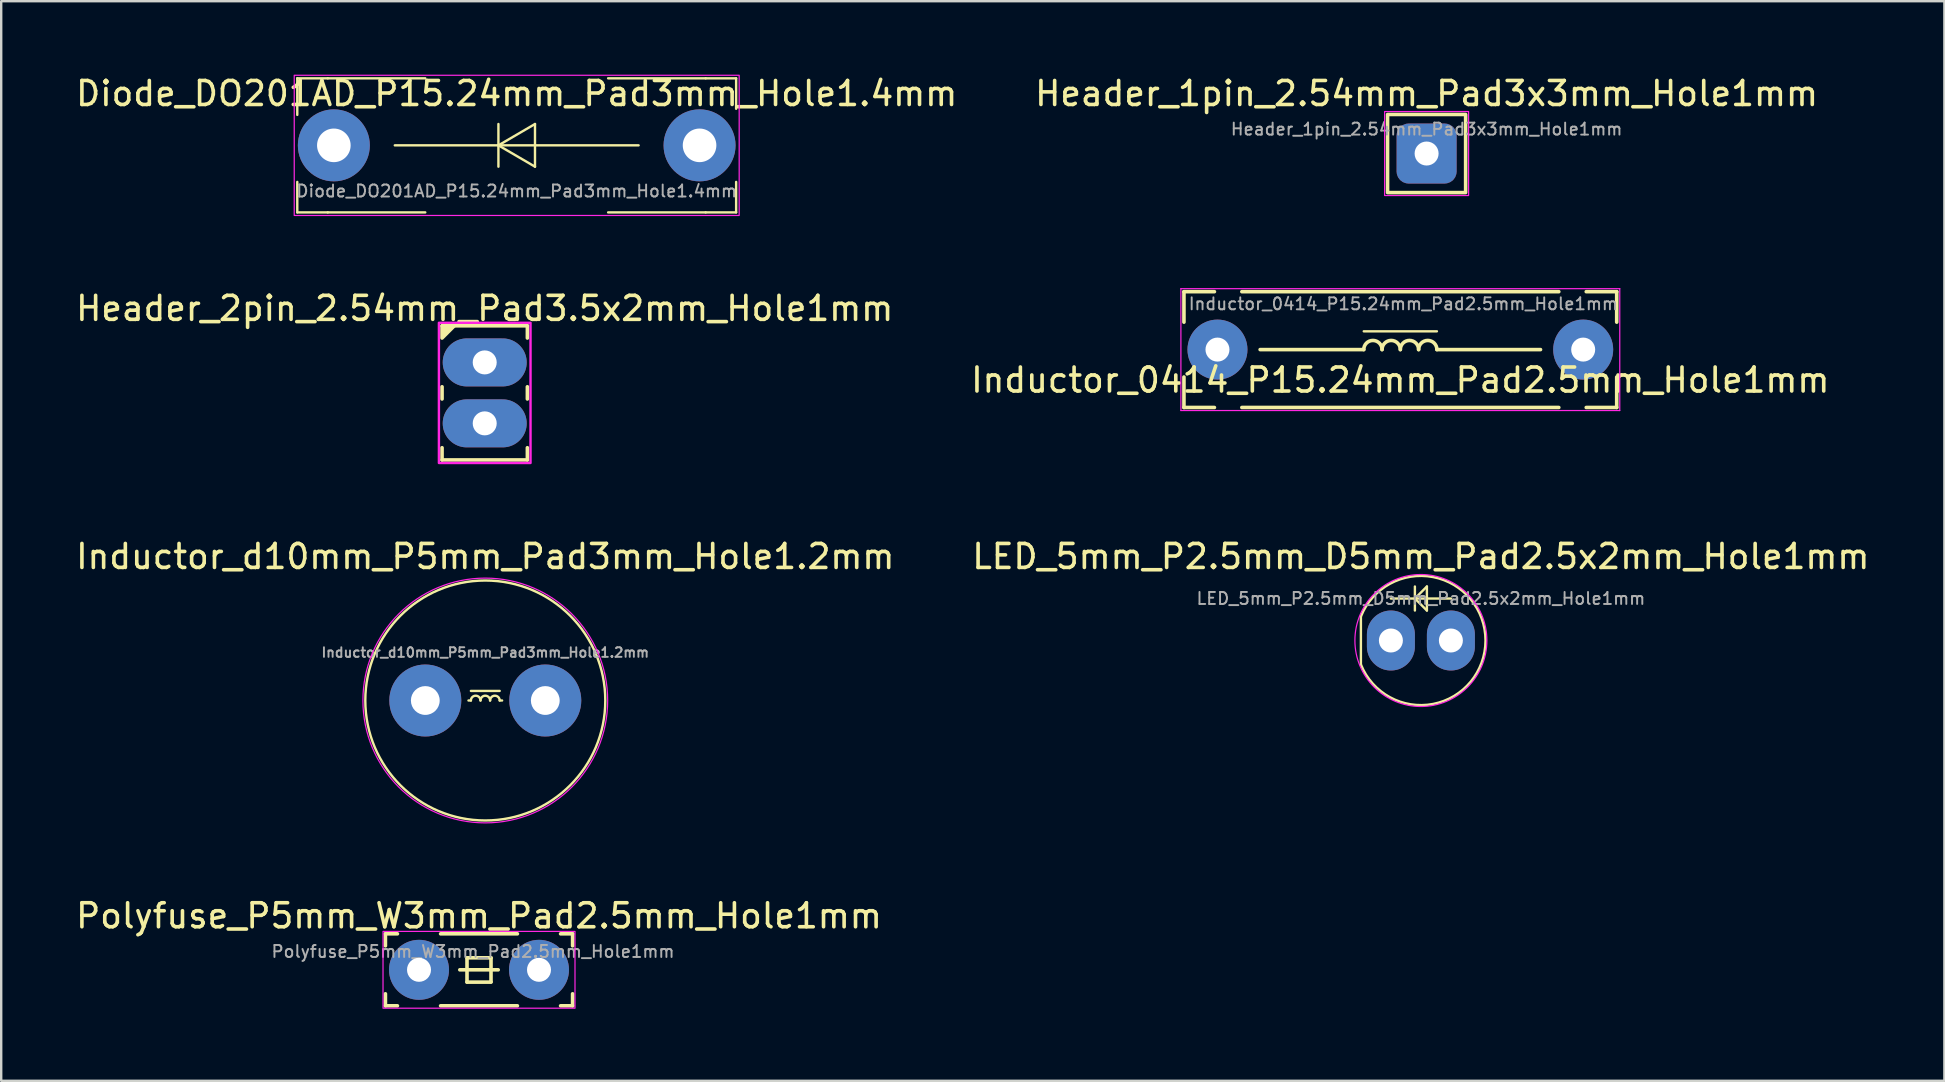
<source format=kicad_pcb>
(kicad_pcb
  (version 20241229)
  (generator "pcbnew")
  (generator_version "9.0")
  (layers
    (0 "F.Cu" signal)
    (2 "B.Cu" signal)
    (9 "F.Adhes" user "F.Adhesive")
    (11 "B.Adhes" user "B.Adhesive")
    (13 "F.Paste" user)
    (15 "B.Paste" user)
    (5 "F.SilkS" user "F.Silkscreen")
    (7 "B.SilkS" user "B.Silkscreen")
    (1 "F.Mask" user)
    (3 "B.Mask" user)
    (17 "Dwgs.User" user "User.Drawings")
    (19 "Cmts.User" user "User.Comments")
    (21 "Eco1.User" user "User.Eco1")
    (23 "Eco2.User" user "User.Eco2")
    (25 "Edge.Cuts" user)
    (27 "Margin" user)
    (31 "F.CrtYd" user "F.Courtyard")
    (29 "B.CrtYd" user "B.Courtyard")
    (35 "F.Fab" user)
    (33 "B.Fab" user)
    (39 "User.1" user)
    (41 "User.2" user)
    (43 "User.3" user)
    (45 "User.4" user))
  (footprint "LED_5mm_P2.5mm_D5mm_Pad2.5x2mm_Hole1mm"
    (layer "F.Cu")
    (at 54.911 23.641)
    (property "Reference" "LED_5mm_P2.5mm_D5mm_Pad2.5x2mm_Hole1mm" (at 1.25 -3.5 0) (layer "F.SilkS") (effects (font (size 1 1) (thickness 0.15))))
    (attr through_hole)
    (fp_line (start -1.25 -1) (end -1.25 1) (stroke (width 0.1) (type default)) (layer "F.SilkS"))
    (fp_line (start 0 -1.75) (end 2.5 -1.75) (stroke (width 0.1) (type default)) (layer "F.SilkS"))
    (fp_line (start 1 -1.75) (end 1.5 -2.25) (stroke (width 0.1) (type default)) (layer "F.SilkS"))
    (fp_line (start 1 -1.25) (end 1 -2.25) (stroke (width 0.1) (type default)) (layer "F.SilkS"))
    (fp_line (start 1.5 -2.25) (end 1.5 -1.25) (stroke (width 0.1) (type default)) (layer "F.SilkS"))
    (fp_line (start 1.5 -1.25) (end 1 -1.75) (stroke (width 0.1) (type default)) (layer "F.SilkS"))
    (fp_arc (start -1.25 -1) (mid 3.942582 0) (end -1.25 1) (stroke (width 0.1) (type default)) (layer "F.SilkS"))
    (fp_circle (center 1.25 0) (end 1.25 2.75) (stroke (width 0.05) (type default)) (fill no) (layer "F.CrtYd"))
    (fp_text user "${REFERENCE}" (at 1.25 -1.75 0) (layer "F.Fab") (effects (font (size 0.5 0.5) (thickness 0.08))))
    (pad "1" thru_hole oval (at 0 0 270) (size 2.5 2) (drill 1) (layers "*.Cu" "*.Mask"))
    (pad "2" thru_hole oval (at 2.5 0 270) (size 2.5 2) (drill 1) (layers "*.Cu" "*.Mask")))
  (footprint "Inductor_0414_P15.24mm_Pad2.5mm_Hole1mm"
    (layer "F.Cu")
    (at 47.684 11.518)
    (property "Reference" "Inductor_0414_P15.24mm_Pad2.5mm_Hole1mm" (at 7.62 1.27 0) (layer "F.SilkS") (effects (font (size 1 1) (thickness 0.15))))
    (attr through_hole)
    (fp_line (start -1.397 -2.413) (end -1.397 -1.143) (stroke (width 0.15) (type default)) (layer "F.SilkS"))
    (fp_line (start -1.397 -2.413) (end -0.127 -2.413) (stroke (width 0.15) (type default)) (layer "F.SilkS"))
    (fp_line (start -1.397 2.413) (end -1.397 1.143) (stroke (width 0.15) (type default)) (layer "F.SilkS"))
    (fp_line (start -1.397 2.413) (end -0.127 2.413) (stroke (width 0.15) (type default)) (layer "F.SilkS"))
    (fp_line (start 1.016 -2.413) (end 14.224 -2.413) (stroke (width 0.15) (type default)) (layer "F.SilkS"))
    (fp_line (start 1.016 2.413) (end 14.224 2.413) (stroke (width 0.15) (type default)) (layer "F.SilkS"))
    (fp_line (start 6.096 -0.762) (end 9.144 -0.762) (stroke (width 0.1) (type default)) (layer "F.SilkS"))
    (fp_line (start 6.096 0) (end 1.778 0) (stroke (width 0.15) (type default)) (layer "F.SilkS"))
    (fp_line (start 9.144 0) (end 13.462 0) (stroke (width 0.15) (type default)) (layer "F.SilkS"))
    (fp_line (start 16.637 -2.413) (end 15.367 -2.413) (stroke (width 0.15) (type default)) (layer "F.SilkS"))
    (fp_line (start 16.637 -2.413) (end 16.637 -1.143) (stroke (width 0.15) (type default)) (layer "F.SilkS"))
    (fp_line (start 16.637 2.413) (end 15.367 2.413) (stroke (width 0.15) (type default)) (layer "F.SilkS"))
    (fp_line (start 16.637 2.413) (end 16.637 1.143) (stroke (width 0.15) (type default)) (layer "F.SilkS"))
    (fp_arc (start 6.096 0) (mid 6.477 -0.381) (end 6.858 0) (stroke (width 0.15) (type default)) (layer "F.SilkS"))
    (fp_arc (start 6.858 0) (mid 7.239 -0.381) (end 7.62 0) (stroke (width 0.15) (type default)) (layer "F.SilkS"))
    (fp_arc (start 7.62 0) (mid 8.001 -0.381) (end 8.382 0) (stroke (width 0.15) (type default)) (layer "F.SilkS"))
    (fp_arc (start 8.382 0) (mid 8.763 -0.381) (end 9.144 0) (stroke (width 0.15) (type default)) (layer "F.SilkS"))
    (fp_line (start -1.524 -2.54) (end -1.524 2.54) (stroke (width 0.05) (type default)) (layer "F.CrtYd"))
    (fp_line (start -1.524 2.54) (end 16.764 2.54) (stroke (width 0.05) (type default)) (layer "F.CrtYd"))
    (fp_line (start 16.764 -2.54) (end -1.524 -2.54) (stroke (width 0.05) (type default)) (layer "F.CrtYd"))
    (fp_line (start 16.764 2.54) (end 16.764 -2.54) (stroke (width 0.05) (type default)) (layer "F.CrtYd"))
    (fp_text user "${REFERENCE}" (at 7.747 -1.905 0) (layer "F.Fab") (effects (font (size 0.5 0.5) (thickness 0.08))))
    (pad "1" thru_hole circle (at 0 0 90) (size 2.5 2.5) (drill 1) (layers "*.Cu" "*.Mask"))
    (pad "2" thru_hole circle (at 15.24 0 90) (size 2.5 2.5) (drill 1) (layers "*.Cu" "*.Mask")))
  (footprint "Diode_DO201AD_P15.24mm_Pad3mm_Hole1.4mm"
    (layer "F.Cu")
    (at 10.862 3.007)
    (property "Reference" "Diode_DO201AD_P15.24mm_Pad3mm_Hole1.4mm" (at 7.62 -2.159 0) (layer "F.SilkS") (effects (font (size 1 1) (thickness 0.15))))
    (attr through_hole)
    (fp_line (start -1.524 -2.794) (end -0.254 -2.794) (stroke (width 0.1) (type default)) (layer "F.SilkS"))
    (fp_line (start -1.524 -1.27) (end -1.524 -2.794) (stroke (width 0.1) (type default)) (layer "F.SilkS"))
    (fp_line (start -1.524 2.794) (end -1.524 1.524) (stroke (width 0.1) (type default)) (layer "F.SilkS"))
    (fp_line (start -0.254 2.794) (end -1.524 2.794) (stroke (width 0.1) (type default)) (layer "F.SilkS"))
    (fp_line (start 2.54 0) (end 12.7 0) (stroke (width 0.1) (type default)) (layer "F.SilkS"))
    (fp_line (start 3.81 -2.794) (end -0.254 -2.794) (stroke (width 0.1) (type default)) (layer "F.SilkS"))
    (fp_line (start 3.81 2.794) (end -0.254 2.794) (stroke (width 0.1) (type default)) (layer "F.SilkS"))
    (fp_line (start 6.858 0) (end 8.382 -0.889) (stroke (width 0.1) (type default)) (layer "F.SilkS"))
    (fp_line (start 6.858 0.889) (end 6.858 -0.889) (stroke (width 0.1) (type default)) (layer "F.SilkS"))
    (fp_line (start 8.382 -0.889) (end 8.382 0.889) (stroke (width 0.1) (type default)) (layer "F.SilkS"))
    (fp_line (start 8.382 0.889) (end 6.858 0) (stroke (width 0.1) (type default)) (layer "F.SilkS"))
    (fp_line (start 11.43 2.794) (end 15.494 2.794) (stroke (width 0.1) (type default)) (layer "F.SilkS"))
    (fp_line (start 15.494 -2.794) (end 11.43 -2.794) (stroke (width 0.1) (type default)) (layer "F.SilkS"))
    (fp_line (start 15.494 -2.794) (end 16.764 -2.794) (stroke (width 0.1) (type default)) (layer "F.SilkS"))
    (fp_line (start 16.764 -2.794) (end 16.764 -1.524) (stroke (width 0.1) (type default)) (layer "F.SilkS"))
    (fp_line (start 16.764 1.524) (end 16.764 2.794) (stroke (width 0.1) (type default)) (layer "F.SilkS"))
    (fp_line (start 16.764 2.794) (end 15.494 2.794) (stroke (width 0.1) (type default)) (layer "F.SilkS"))
    (fp_rect (start -1.651 -2.921) (end 16.891 2.921) (stroke (width 0.05) (type default)) (fill no) (layer "F.CrtYd"))
    (fp_text user "${REFERENCE}" (at 7.62 1.905 0) (layer "F.Fab") (effects (font (size 0.5 0.5) (thickness 0.08))))
    (pad "1" thru_hole circle (at 0 0 90) (size 3 3) (drill 1.4) (layers "*.Cu" "*.Mask"))
    (pad "2" thru_hole circle (at 15.24 0 90) (size 3 3) (drill 1.4) (layers "*.Cu" "*.Mask")))
  (footprint "Inductor_d10mm_P5mm_Pad3mm_Hole1.2mm"
    (layer "F.Cu")
    (at 14.673 26.141)
    (property "Reference" "Inductor_d10mm_P5mm_Pad3mm_Hole1.2mm" (at 2.5 -6 0) (layer "F.SilkS") (effects (font (size 1 1) (thickness 0.15))))
    (attr through_hole)
    (fp_line (start 1.9 -0.4) (end 3.1 -0.4) (stroke (width 0.1) (type default)) (layer "F.SilkS"))
    (fp_line (start 1.9 0) (end 1.8 0) (stroke (width 0.1) (type default)) (layer "F.SilkS"))
    (fp_line (start 3.2 0) (end 3.1 0) (stroke (width 0.1) (type default)) (layer "F.SilkS"))
    (fp_arc (start 1.9 0) (mid 2.1 -0.2) (end 2.3 0) (stroke (width 0.1) (type default)) (layer "F.SilkS"))
    (fp_arc (start 2.3 0) (mid 2.5 -0.2) (end 2.7 0) (stroke (width 0.1) (type default)) (layer "F.SilkS"))
    (fp_arc (start 2.7 0) (mid 2.9 -0.2) (end 3.1 0) (stroke (width 0.1) (type default)) (layer "F.SilkS"))
    (fp_circle (center 2.5 0) (end 7.5 0) (stroke (width 0.1) (type default)) (fill no) (layer "F.SilkS"))
    (fp_circle (center 2.5 0) (end 7.6 0) (stroke (width 0.05) (type default)) (fill no) (layer "F.CrtYd"))
    (fp_text user "${REFERENCE}" (at 2.5 -2 0) (unlocked yes) (layer "F.Fab") (effects (font (size 0.4 0.4) (thickness 0.08) (bold yes))))
    (pad "1" thru_hole circle (at 0 0) (size 3 3) (drill 1.2) (layers "*.Cu" "*.Mask"))
    (pad "2" thru_hole circle (at 5 0) (size 3 3) (drill 1.2) (layers "*.Cu" "*.Mask")))
  (footprint "Header_2pin_2.54mm_Pad3.5x2mm_Hole1mm"
    (layer "F.Cu")
    (at 17.149 12.052)
    (property "Reference" "Header_2pin_2.54mm_Pad3.5x2mm_Hole1mm" (at 0 -2.25 0) (layer "F.SilkS") (effects (font (size 1 1) (thickness 0.15))))
    (attr through_hole)
    (fp_line (start -1.778 -1.524) (end 1.778 -1.524) (stroke (width 0.15) (type default)) (layer "F.SilkS"))
    (fp_line (start -1.778 1.016) (end -1.778 1.524) (stroke (width 0.15) (type default)) (layer "F.SilkS"))
    (fp_line (start -1.778 3.556) (end -1.778 4.064) (stroke (width 0.15) (type default)) (layer "F.SilkS"))
    (fp_line (start 1.778 -1.524) (end 1.778 -1.016) (stroke (width 0.15) (type default)) (layer "F.SilkS"))
    (fp_line (start 1.778 1.016) (end 1.778 1.524) (stroke (width 0.15) (type default)) (layer "F.SilkS"))
    (fp_line (start 1.778 4.064) (end -1.778 4.064) (stroke (width 0.15) (type default)) (layer "F.SilkS"))
    (fp_line (start 1.778 4.064) (end 1.778 3.556) (stroke (width 0.15) (type default)) (layer "F.SilkS"))
    (fp_poly (pts (xy -1.778 -1.016) (xy -1.778 -1.524) (xy -1.27 -1.524)) (stroke (width 0.15) (type solid)) (fill yes) (layer "F.SilkS"))
    (fp_rect (start -1.909 -1.651) (end 1.909 4.191) (stroke (width 0.1) (type default)) (fill no) (layer "F.CrtYd"))
    (pad "1" thru_hole oval (at 0 0) (size 3.5 2) (drill 1) (layers "*.Cu" "*.Mask"))
    (pad "2" thru_hole oval (at 0 2.54) (size 3.5 2) (drill 1) (layers "*.Cu" "*.Mask")))
  (footprint "Header_1pin_2.54mm_Pad3x3mm_Hole1mm"
    (layer "F.Cu")
    (at 56.399 3.348)
    (property "Reference" "Header_1pin_2.54mm_Pad3x3mm_Hole1mm" (at 0 -2.5 0) (layer "F.SilkS") (effects (font (size 1 1) (thickness 0.15))))
    (attr through_hole)
    (fp_rect (start -1.627 -1.627) (end 1.627 1.627) (stroke (width 0.15) (type default)) (fill no) (layer "F.SilkS"))
    (fp_rect (start -1.75 -1.75) (end 1.75 1.75) (stroke (width 0.05) (type default)) (fill no) (layer "F.CrtYd"))
    (fp_text user "${REFERENCE}" (at 0 -1.016 0) (layer "F.Fab") (effects (font (size 0.5 0.5) (thickness 0.08))))
    (pad "1" thru_hole roundrect (at 0 0) (size 2.5 2.5) (drill 1) (layers "*.Cu" "*.Mask") (roundrect_rratio 0.2)))
  (footprint "Polyfuse_P5mm_W3mm_Pad2.5mm_Hole1mm"
    (layer "F.Cu")
    (at 14.411 37.364)
    (property "Reference" "Polyfuse_P5mm_W3mm_Pad2.5mm_Hole1mm" (at 2.5 -2.25 0) (layer "F.SilkS") (effects (font (size 1 1) (thickness 0.15))))
    (attr through_hole)
    (fp_line (start -1.4 -1.5) (end -1.4 -1) (stroke (width 0.15) (type default)) (layer "F.SilkS"))
    (fp_line (start -1.4 1) (end -1.4 1.5) (stroke (width 0.15) (type default)) (layer "F.SilkS"))
    (fp_line (start -1.4 1.5) (end -0.9 1.5) (stroke (width 0.15) (type default)) (layer "F.SilkS"))
    (fp_line (start -0.9 -1.5) (end -1.4 -1.5) (stroke (width 0.15) (type default)) (layer "F.SilkS"))
    (fp_line (start 0.9 -1.5) (end 4.1 -1.5) (stroke (width 0.15) (type default)) (layer "F.SilkS"))
    (fp_line (start 0.9 1.5) (end 4.1 1.5) (stroke (width 0.15) (type default)) (layer "F.SilkS"))
    (fp_line (start 1.7 0) (end 3.3 0) (stroke (width 0.15) (type default)) (layer "F.SilkS"))
    (fp_line (start 2 0.512) (end 2 -0.5) (stroke (width 0.15) (type default)) (layer "F.SilkS"))
    (fp_line (start 3 -0.5) (end 2 -0.5) (stroke (width 0.15) (type default)) (layer "F.SilkS"))
    (fp_line (start 3 -0.5) (end 3 0.5) (stroke (width 0.15) (type default)) (layer "F.SilkS"))
    (fp_line (start 3 0.512) (end 2 0.512) (stroke (width 0.15) (type default)) (layer "F.SilkS"))
    (fp_line (start 5.9 1.5) (end 6.4 1.5) (stroke (width 0.15) (type default)) (layer "F.SilkS"))
    (fp_line (start 6.4 -1.5) (end 5.9 -1.5) (stroke (width 0.15) (type default)) (layer "F.SilkS"))
    (fp_line (start 6.4 -1) (end 6.4 -1.5) (stroke (width 0.15) (type default)) (layer "F.SilkS"))
    (fp_line (start 6.4 1.5) (end 6.4 1) (stroke (width 0.15) (type default)) (layer "F.SilkS"))
    (fp_rect (start -1.5 -1.6) (end 6.5 1.6) (stroke (width 0.05) (type default)) (fill no) (layer "F.CrtYd"))
    (fp_text user "${REFERENCE}" (at 2.25 -0.762 0) (layer "F.Fab") (effects (font (size 0.5 0.5) (thickness 0.08))))
    (pad "1" thru_hole circle (at 0 0 90) (size 2.5 2.5) (drill 1) (layers "*.Cu" "*.Mask"))
    (pad "2" thru_hole circle (at 5 0 90) (size 2.5 2.5) (drill 1) (layers "*.Cu" "*.Mask")))
  (gr_rect
    (start -3 -3)
    (end 77.976 41.989)
    (stroke (width 0.1) (type default))
    (fill no)
    (layer "Edge.Cuts")))
</source>
